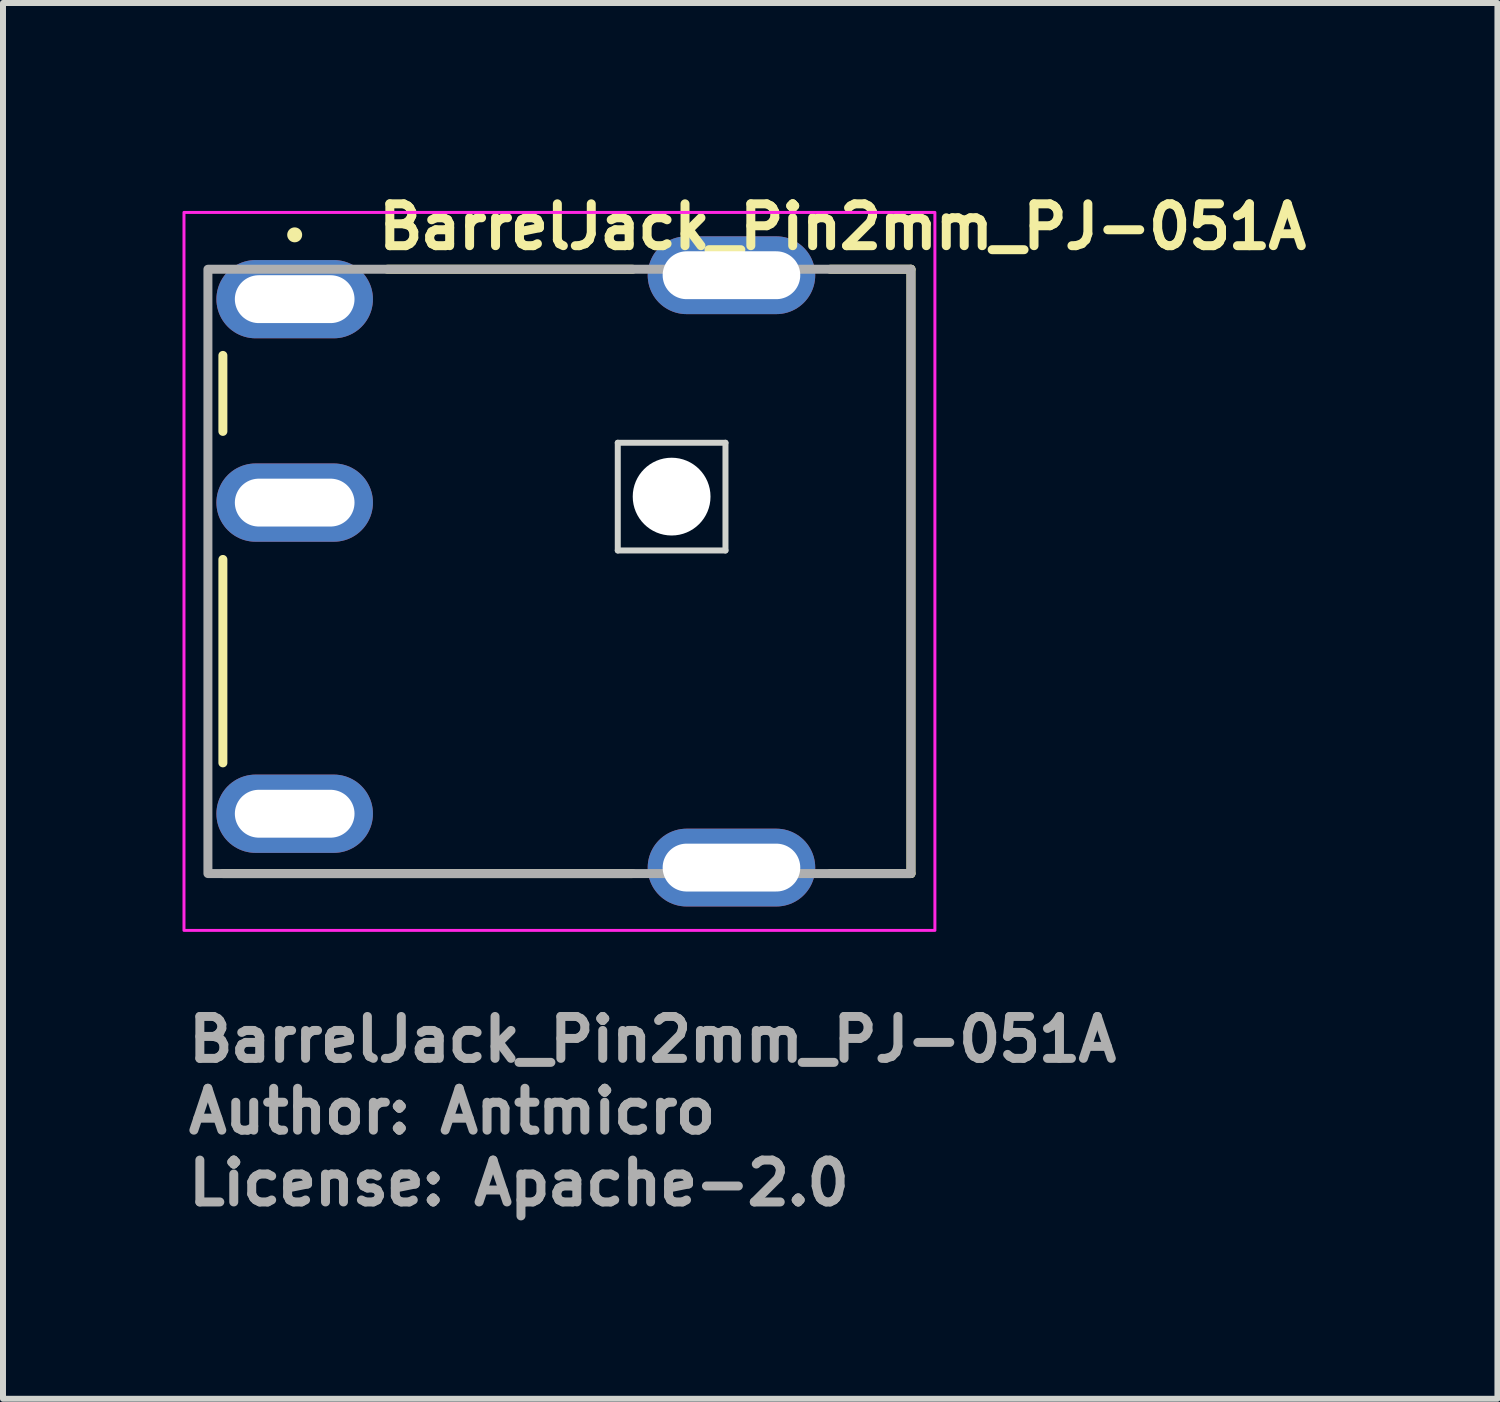
<source format=kicad_pcb>
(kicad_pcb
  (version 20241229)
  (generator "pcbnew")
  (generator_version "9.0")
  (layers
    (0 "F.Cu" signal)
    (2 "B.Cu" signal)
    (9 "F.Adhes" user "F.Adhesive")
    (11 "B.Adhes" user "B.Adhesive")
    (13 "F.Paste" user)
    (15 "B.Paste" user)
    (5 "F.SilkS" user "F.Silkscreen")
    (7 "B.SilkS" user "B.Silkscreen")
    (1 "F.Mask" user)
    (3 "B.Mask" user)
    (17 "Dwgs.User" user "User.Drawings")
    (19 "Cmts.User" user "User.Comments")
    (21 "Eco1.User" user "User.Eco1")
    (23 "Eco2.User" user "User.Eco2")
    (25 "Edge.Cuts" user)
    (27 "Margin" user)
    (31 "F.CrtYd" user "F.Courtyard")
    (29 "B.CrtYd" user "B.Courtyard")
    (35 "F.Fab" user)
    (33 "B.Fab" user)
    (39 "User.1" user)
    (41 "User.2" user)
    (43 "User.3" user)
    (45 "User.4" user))
  (footprint "BarrelJack_Pin2mm_PJ-051A"
    (layer "F.Cu")
    (at 1.875 1.95)
    (property "Reference" "BarrelJack_Pin2mm_PJ-051A" (at 1.325 -0.8 0) (layer "F.SilkS") (effects (font (size 0.7 0.7) (thickness 0.15)) (justify left bottom)))
    (attr through_hole)
    (fp_line (start -1.2 2.21) (end -1.2 0.94) (stroke (width 0.15) (type solid)) (layer "F.SilkS"))
    (fp_line (start -1.2 7.75) (end -1.2 4.35) (stroke (width 0.15) (type solid)) (layer "F.SilkS"))
    (fp_line (start 5.65 -0.5) (end 1.55 -0.5) (stroke (width 0.15) (type solid)) (layer "F.SilkS"))
    (fp_line (start 5.65 9.6) (end -1.2 9.6) (stroke (width 0.15) (type solid)) (layer "F.SilkS"))
    (fp_line (start 10.3 -0.5) (end 8.95 -0.5) (stroke (width 0.15) (type solid)) (layer "F.SilkS"))
    (fp_line (start 10.3 -0.5) (end 10.3 9.6) (stroke (width 0.15) (type solid)) (layer "F.SilkS"))
    (fp_line (start 10.3 9.6) (end 8.95 9.6) (stroke (width 0.15) (type solid)) (layer "F.SilkS"))
    (fp_circle (center 0 -1.075) (end 0.05 -1.075) (stroke (width 0.15) (type solid)) (fill yes) (layer "F.SilkS"))
    (fp_line (start 5.4 2.4) (end 7.2 2.4) (stroke (width 0.1) (type solid)) (layer "Edge.Cuts"))
    (fp_line (start 5.4 4.2) (end 5.4 2.4) (stroke (width 0.1) (type solid)) (layer "Edge.Cuts"))
    (fp_line (start 7.2 2.4) (end 7.2 4.2) (stroke (width 0.1) (type solid)) (layer "Edge.Cuts"))
    (fp_line (start 7.2 4.2) (end 5.4 4.2) (stroke (width 0.1) (type solid)) (layer "Edge.Cuts"))
    (fp_rect (start -1.85 -1.45) (end 10.7 10.55) (stroke (width 0.05) (type solid)) (fill no) (layer "F.CrtYd"))
    (fp_rect (start -1.45 -0.5) (end 10.3 9.6) (stroke (width 0.15) (type solid)) (fill no) (layer "F.Fab"))
    (fp_rect (start -1.45 -0.5) (end 10.3 9.6) (stroke (width 0.1) (type solid)) (fill no) (layer "User.5"))
    (fp_line (start -1.45 2.304) (end -1.45 4.296) (stroke (width 0.02) (type default)) (layer "User.9"))
    (fp_line (start -1.2 -0.25) (end -1.2 6.55) (stroke (width 0.02) (type solid)) (layer "User.9"))
    (fp_line (start -1.2 -0.25) (end 3.2 -0.25) (stroke (width 0.02) (type solid)) (layer "User.9"))
    (fp_line (start -1.2 6.85) (end -1.2 9.35) (stroke (width 0.02) (type solid)) (layer "User.9"))
    (fp_line (start -1.2 9.35) (end 0.8 9.35) (stroke (width 0.02) (type solid)) (layer "User.9"))
    (fp_line (start -0.75 6.55) (end -0.75 6.85) (stroke (width 0.02) (type solid)) (layer "User.9"))
    (fp_line (start 0.75 6.55) (end 0.75 6.85) (stroke (width 0.02) (type solid)) (layer "User.9"))
    (fp_line (start 0.75 6.85) (end -0.75 6.85) (stroke (width 0.02) (type solid)) (layer "User.9"))
    (fp_line (start 0.8 6.55) (end -1.2 6.55) (stroke (width 0.02) (type solid)) (layer "User.9"))
    (fp_line (start 0.8 6.55) (end 0.75 6.55) (stroke (width 0.02) (type solid)) (layer "User.9"))
    (fp_line (start 0.8 6.85) (end -1.2 6.85) (stroke (width 0.02) (type solid)) (layer "User.9"))
    (fp_line (start 0.8 9.35) (end 0.8 6.55) (stroke (width 0.02) (type solid)) (layer "User.9"))
    (fp_line (start 0.8 9.35) (end 3.2 9.35) (stroke (width 0.02) (type solid)) (layer "User.9"))
    (fp_line (start 1.65 0.7) (end 1.65 8.4) (stroke (width 0.02) (type solid)) (layer "User.9"))
    (fp_line (start 1.85 8.6) (end 3 8.6) (stroke (width 0.02) (type solid)) (layer "User.9"))
    (fp_line (start 3 0.5) (end 1.85 0.5) (stroke (width 0.02) (type solid)) (layer "User.9"))
    (fp_line (start 3.2 -0.5) (end 9.8 -0.5) (stroke (width 0.02) (type solid)) (layer "User.9"))
    (fp_line (start 3.2 -0.498) (end 3.2 -0.5) (stroke (width 0.02) (type solid)) (layer "User.9"))
    (fp_line (start 3.2 -0.492) (end 3.2 -0.498) (stroke (width 0.02) (type solid)) (layer "User.9"))
    (fp_line (start 3.2 -0.483) (end 3.2 -0.492) (stroke (width 0.02) (type solid)) (layer "User.9"))
    (fp_line (start 3.2 -0.47) (end 3.2 -0.483) (stroke (width 0.02) (type solid)) (layer "User.9"))
    (fp_line (start 3.2 -0.454) (end 3.2 -0.47) (stroke (width 0.02) (type solid)) (layer "User.9"))
    (fp_line (start 3.2 -0.435) (end 3.2 -0.454) (stroke (width 0.02) (type solid)) (layer "User.9"))
    (fp_line (start 3.2 -0.412) (end 3.2 -0.435) (stroke (width 0.02) (type solid)) (layer "User.9"))
    (fp_line (start 3.2 -0.387) (end 3.2 -0.412) (stroke (width 0.02) (type solid)) (layer "User.9"))
    (fp_line (start 3.2 -0.36) (end 3.2 -0.387) (stroke (width 0.02) (type solid)) (layer "User.9"))
    (fp_line (start 3.2 -0.33) (end 3.2 -0.36) (stroke (width 0.02) (type solid)) (layer "User.9"))
    (fp_line (start 3.2 -0.299) (end 3.2 -0.33) (stroke (width 0.02) (type solid)) (layer "User.9"))
    (fp_line (start 3.2 -0.267) (end 3.2 -0.299) (stroke (width 0.02) (type solid)) (layer "User.9"))
    (fp_line (start 3.2 -0.234) (end 3.2 -0.267) (stroke (width 0.02) (type solid)) (layer "User.9"))
    (fp_line (start 3.2 -0.2) (end 3.2 -0.234) (stroke (width 0.02) (type solid)) (layer "User.9"))
    (fp_line (start 3.2 -0.2) (end 3.2 0.3) (stroke (width 0.02) (type solid)) (layer "User.9"))
    (fp_line (start 3.2 8.8) (end 3.2 9.3) (stroke (width 0.02) (type solid)) (layer "User.9"))
    (fp_line (start 3.2 9.3) (end 9.8 9.3) (stroke (width 0.02) (type solid)) (layer "User.9"))
    (fp_line (start 3.2 9.334) (end 3.2 9.3) (stroke (width 0.02) (type solid)) (layer "User.9"))
    (fp_line (start 3.2 9.367) (end 3.2 9.334) (stroke (width 0.02) (type solid)) (layer "User.9"))
    (fp_line (start 3.2 9.399) (end 3.2 9.367) (stroke (width 0.02) (type solid)) (layer "User.9"))
    (fp_line (start 3.2 9.43) (end 3.2 9.399) (stroke (width 0.02) (type solid)) (layer "User.9"))
    (fp_line (start 3.2 9.46) (end 3.2 9.43) (stroke (width 0.02) (type solid)) (layer "User.9"))
    (fp_line (start 3.2 9.487) (end 3.2 9.46) (stroke (width 0.02) (type solid)) (layer "User.9"))
    (fp_line (start 3.2 9.512) (end 3.2 9.487) (stroke (width 0.02) (type solid)) (layer "User.9"))
    (fp_line (start 3.2 9.535) (end 3.2 9.512) (stroke (width 0.02) (type solid)) (layer "User.9"))
    (fp_line (start 3.2 9.554) (end 3.2 9.535) (stroke (width 0.02) (type solid)) (layer "User.9"))
    (fp_line (start 3.2 9.57) (end 3.2 9.554) (stroke (width 0.02) (type solid)) (layer "User.9"))
    (fp_line (start 3.2 9.583) (end 3.2 9.57) (stroke (width 0.02) (type solid)) (layer "User.9"))
    (fp_line (start 3.2 9.592) (end 3.2 9.583) (stroke (width 0.02) (type solid)) (layer "User.9"))
    (fp_line (start 3.2 9.598) (end 3.2 9.592) (stroke (width 0.02) (type solid)) (layer "User.9"))
    (fp_line (start 3.2 9.6) (end 3.2 9.598) (stroke (width 0.02) (type solid)) (layer "User.9"))
    (fp_line (start 9.8 -0.5) (end 9.8 -0.498) (stroke (width 0.02) (type solid)) (layer "User.9"))
    (fp_line (start 9.8 -0.498) (end 9.8 -0.492) (stroke (width 0.02) (type solid)) (layer "User.9"))
    (fp_line (start 9.8 -0.492) (end 9.8 -0.483) (stroke (width 0.02) (type solid)) (layer "User.9"))
    (fp_line (start 9.8 -0.483) (end 9.8 -0.47) (stroke (width 0.02) (type solid)) (layer "User.9"))
    (fp_line (start 9.8 -0.47) (end 9.8 -0.454) (stroke (width 0.02) (type solid)) (layer "User.9"))
    (fp_line (start 9.8 -0.454) (end 9.8 -0.435) (stroke (width 0.02) (type solid)) (layer "User.9"))
    (fp_line (start 9.8 -0.435) (end 9.8 -0.412) (stroke (width 0.02) (type solid)) (layer "User.9"))
    (fp_line (start 9.8 -0.412) (end 9.8 -0.387) (stroke (width 0.02) (type solid)) (layer "User.9"))
    (fp_line (start 9.8 -0.387) (end 9.8 -0.36) (stroke (width 0.02) (type solid)) (layer "User.9"))
    (fp_line (start 9.8 -0.36) (end 9.8 -0.33) (stroke (width 0.02) (type solid)) (layer "User.9"))
    (fp_line (start 9.8 -0.33) (end 9.8 -0.299) (stroke (width 0.02) (type solid)) (layer "User.9"))
    (fp_line (start 9.8 -0.299) (end 9.8 -0.267) (stroke (width 0.02) (type solid)) (layer "User.9"))
    (fp_line (start 9.8 -0.267) (end 9.8 -0.234) (stroke (width 0.02) (type solid)) (layer "User.9"))
    (fp_line (start 9.8 -0.25) (end 10.3 -0.25) (stroke (width 0.02) (type solid)) (layer "User.9"))
    (fp_line (start 9.8 -0.234) (end 9.8 -0.2) (stroke (width 0.02) (type solid)) (layer "User.9"))
    (fp_line (start 9.8 -0.2) (end 3.2 -0.2) (stroke (width 0.02) (type solid)) (layer "User.9"))
    (fp_line (start 9.8 9.3) (end 9.8 -0.2) (stroke (width 0.02) (type solid)) (layer "User.9"))
    (fp_line (start 9.8 9.3) (end 9.8 9.334) (stroke (width 0.02) (type solid)) (layer "User.9"))
    (fp_line (start 9.8 9.334) (end 9.8 9.367) (stroke (width 0.02) (type solid)) (layer "User.9"))
    (fp_line (start 9.8 9.35) (end 10.3 9.35) (stroke (width 0.02) (type solid)) (layer "User.9"))
    (fp_line (start 9.8 9.367) (end 9.8 9.399) (stroke (width 0.02) (type solid)) (layer "User.9"))
    (fp_line (start 9.8 9.399) (end 9.8 9.43) (stroke (width 0.02) (type solid)) (layer "User.9"))
    (fp_line (start 9.8 9.43) (end 9.8 9.46) (stroke (width 0.02) (type solid)) (layer "User.9"))
    (fp_line (start 9.8 9.46) (end 9.8 9.487) (stroke (width 0.02) (type solid)) (layer "User.9"))
    (fp_line (start 9.8 9.487) (end 9.8 9.512) (stroke (width 0.02) (type solid)) (layer "User.9"))
    (fp_line (start 9.8 9.512) (end 9.8 9.535) (stroke (width 0.02) (type solid)) (layer "User.9"))
    (fp_line (start 9.8 9.535) (end 9.8 9.554) (stroke (width 0.02) (type solid)) (layer "User.9"))
    (fp_line (start 9.8 9.554) (end 9.8 9.57) (stroke (width 0.02) (type solid)) (layer "User.9"))
    (fp_line (start 9.8 9.57) (end 9.8 9.583) (stroke (width 0.02) (type solid)) (layer "User.9"))
    (fp_line (start 9.8 9.583) (end 9.8 9.592) (stroke (width 0.02) (type solid)) (layer "User.9"))
    (fp_line (start 9.8 9.592) (end 9.8 9.598) (stroke (width 0.02) (type solid)) (layer "User.9"))
    (fp_line (start 9.8 9.598) (end 9.8 9.6) (stroke (width 0.02) (type solid)) (layer "User.9"))
    (fp_line (start 9.8 9.6) (end 3.2 9.6) (stroke (width 0.02) (type solid)) (layer "User.9"))
    (fp_line (start 10.3 -0.25) (end 10.3 9.35) (stroke (width 0.02) (type solid)) (layer "User.9"))
    (fp_arc (start -1.45 2.304) (mid -1.376777 2.127223) (end -1.2 2.054) (stroke (width 0.02) (type default)) (layer "User.9"))
    (fp_arc (start -1.2 1.396) (mid -1.496 1.1) (end -1.2 0.804) (stroke (width 0.02) (type default)) (layer "User.9"))
    (fp_arc (start -1.2 4.546) (mid -1.376777 4.472777) (end -1.45 4.296) (stroke (width 0.02) (type default)) (layer "User.9"))
    (fp_arc (start 1.65 0.7) (mid 1.708579 0.558579) (end 1.85 0.5) (stroke (width 0.02) (type default)) (layer "User.9"))
    (fp_arc (start 1.85 8.6) (mid 1.708579 8.541421) (end 1.65 8.4) (stroke (width 0.02) (type default)) (layer "User.9"))
    (fp_arc (start 3 8.6) (mid 3.141421 8.658579) (end 3.2 8.8) (stroke (width 0.02) (type default)) (layer "User.9"))
    (fp_arc (start 3.2 0.3) (mid 3.141421 0.441421) (end 3 0.5) (stroke (width 0.02) (type default)) (layer "User.9"))
    (fp_text user "License: Apache-2.0" (at -1.85 15.182 0) (layer "F.Fab") (effects (font (size 0.7 0.7) (thickness 0.15)) (justify left bottom)))
    (fp_text user "${REFERENCE}" (at -1.85 12.782 0) (layer "F.Fab") (effects (font (size 0.7 0.7) (thickness 0.15)) (justify left bottom)))
    (fp_text user "Author: Antmicro" (at -1.85 13.982 0) (layer "F.Fab") (effects (font (size 0.7 0.7) (thickness 0.15)) (justify left bottom)))
    (pad "" np_thru_hole circle (at 6.3 3.3) (size 1.3 1.3) (drill 1.3) (layers "*.Cu" "*.Mask"))
    (pad "1" thru_hole oval (at 0 0) (size 2.616 1.308) (drill oval 2 0.8) (layers "*.Cu" "*.Mask"))
    (pad "2" thru_hole oval (at 0 8.6) (size 2.616 1.308) (drill oval 2 0.8) (layers "*.Cu" "*.Mask"))
    (pad "3" thru_hole oval (at 0 3.4) (size 2.616 1.308) (drill oval 2 0.8) (layers "*.Cu" "*.Mask"))
    (pad "SH" thru_hole oval (at 7.3 -0.4) (size 2.8 1.3) (drill oval 2.3 0.8) (layers "*.Cu" "*.Mask"))
    (pad "SH" thru_hole oval (at 7.3 9.5) (size 2.8 1.3) (drill oval 2.3 0.8) (layers "*.Cu" "*.Mask")))
  (gr_rect
    (start -3 -3)
    (end 21.977 20.328)
    (stroke (width 0.1) (type default))
    (fill no)
    (layer "Edge.Cuts")))
</source>
